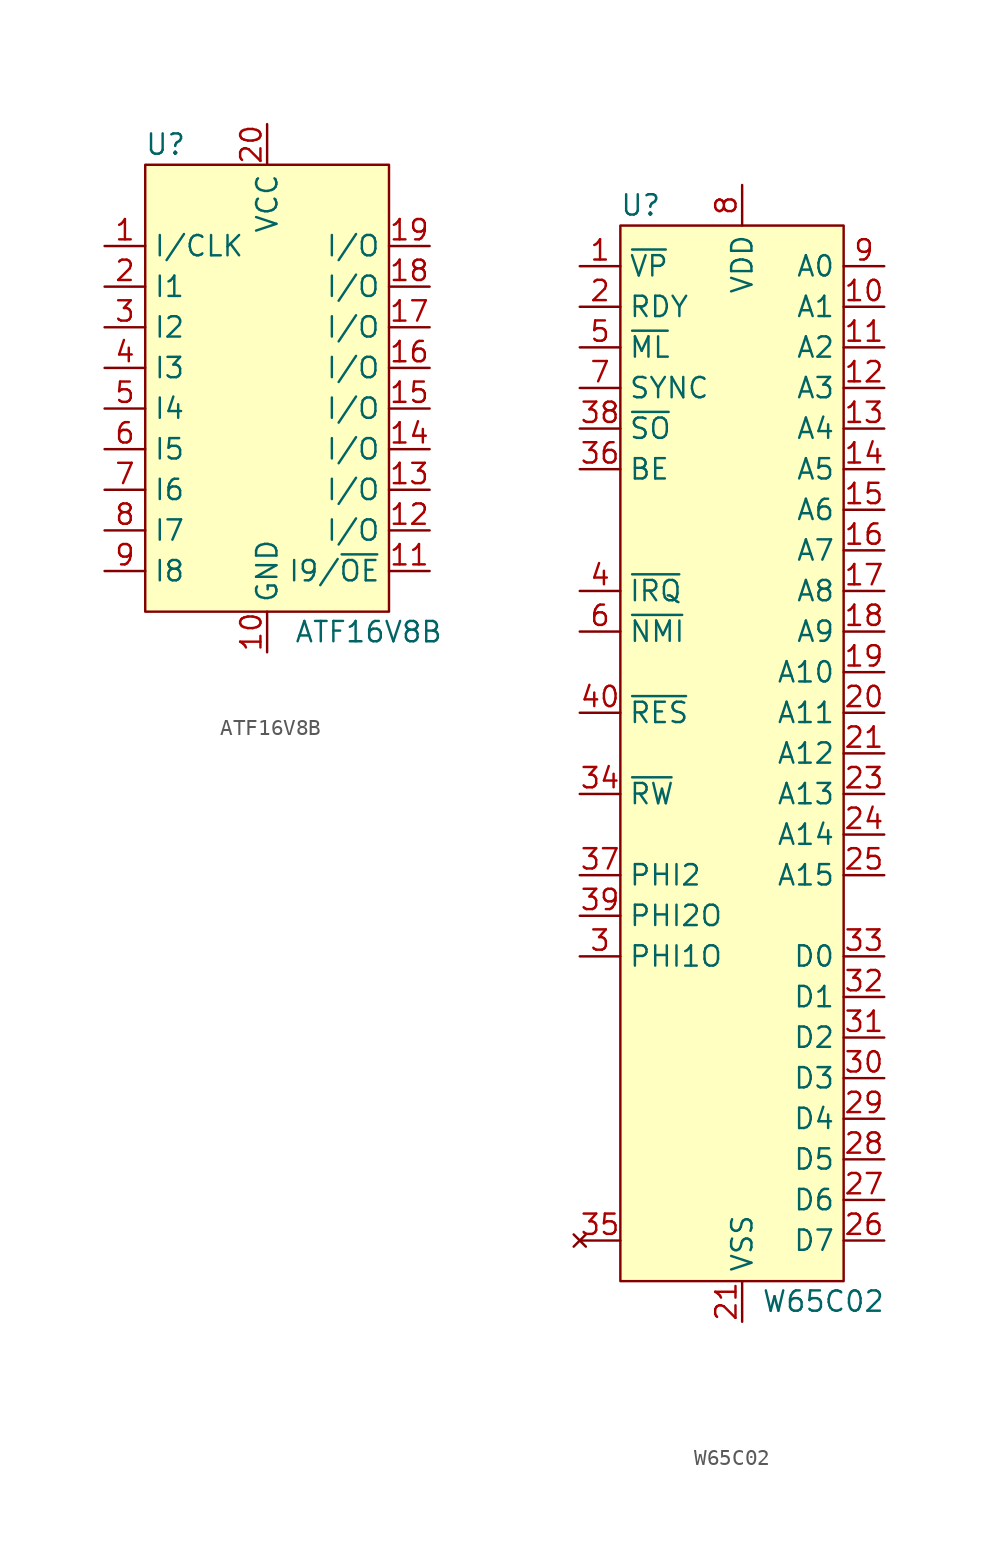
<source format=kicad_sym>
(kicad_symbol_lib
  (version 20211014)
  (generator kicad_symbol_editor)
  (symbol "ATF16V8B"
    (property "Reference" "U"
      (at -6.35 16.51 0)
      (effects (font (size 1.27 1.27))))
    (property "Value" "ATF16V8B"
      (at 6.35 -13.97 0)
      (effects (font (size 1.27 1.27))))
    (symbol "ATF16V8B_0_1"
      (rectangle (start -7.62 15.24) (end 7.62 -12.7) (stroke (width 0) (type default) (color 0 0 0 0)) (fill (type background))))
    (symbol "ATF16V8B_1_1"
      (pin input line (at -10.16 10.16 0) (length 2.54) (name "I/CLK" (effects (font (size 1.27 1.27)))) (number "1" (effects (font (size 1.27 1.27)))))
      (pin input line (at 0 -15.24 90) (length 2.54) (name "GND" (effects (font (size 1.27 1.27)))) (number "10" (effects (font (size 1.27 1.27)))))
      (pin input line (at 10.16 -10.16 180) (length 2.54) (name "I9/~{OE}" (effects (font (size 1.27 1.27)))) (number "11" (effects (font (size 1.27 1.27)))))
      (pin input line (at 10.16 -7.62 180) (length 2.54) (name "I/O" (effects (font (size 1.27 1.27)))) (number "12" (effects (font (size 1.27 1.27)))))
      (pin input line (at 10.16 -5.08 180) (length 2.54) (name "I/O" (effects (font (size 1.27 1.27)))) (number "13" (effects (font (size 1.27 1.27)))))
      (pin input line (at 10.16 -2.54 180) (length 2.54) (name "I/O" (effects (font (size 1.27 1.27)))) (number "14" (effects (font (size 1.27 1.27)))))
      (pin input line (at 10.16 0 180) (length 2.54) (name "I/O" (effects (font (size 1.27 1.27)))) (number "15" (effects (font (size 1.27 1.27)))))
      (pin input line (at 10.16 2.54 180) (length 2.54) (name "I/O" (effects (font (size 1.27 1.27)))) (number "16" (effects (font (size 1.27 1.27)))))
      (pin input line (at 10.16 5.08 180) (length 2.54) (name "I/O" (effects (font (size 1.27 1.27)))) (number "17" (effects (font (size 1.27 1.27)))))
      (pin input line (at 10.16 7.62 180) (length 2.54) (name "I/O" (effects (font (size 1.27 1.27)))) (number "18" (effects (font (size 1.27 1.27)))))
      (pin input line (at 10.16 10.16 180) (length 2.54) (name "I/O" (effects (font (size 1.27 1.27)))) (number "19" (effects (font (size 1.27 1.27)))))
      (pin input line (at -10.16 7.62 0) (length 2.54) (name "I1" (effects (font (size 1.27 1.27)))) (number "2" (effects (font (size 1.27 1.27)))))
      (pin input line (at 0 17.78 270) (length 2.54) (name "VCC" (effects (font (size 1.27 1.27)))) (number "20" (effects (font (size 1.27 1.27)))))
      (pin input line (at -10.16 5.08 0) (length 2.54) (name "I2" (effects (font (size 1.27 1.27)))) (number "3" (effects (font (size 1.27 1.27)))))
      (pin input line (at -10.16 2.54 0) (length 2.54) (name "I3" (effects (font (size 1.27 1.27)))) (number "4" (effects (font (size 1.27 1.27)))))
      (pin input line (at -10.16 0 0) (length 2.54) (name "I4" (effects (font (size 1.27 1.27)))) (number "5" (effects (font (size 1.27 1.27)))))
      (pin input line (at -10.16 -2.54 0) (length 2.54) (name "I5" (effects (font (size 1.27 1.27)))) (number "6" (effects (font (size 1.27 1.27)))))
      (pin input line (at -10.16 -5.08 0) (length 2.54) (name "I6" (effects (font (size 1.27 1.27)))) (number "7" (effects (font (size 1.27 1.27)))))
      (pin input line (at -10.16 -7.62 0) (length 2.54) (name "I7" (effects (font (size 1.27 1.27)))) (number "8" (effects (font (size 1.27 1.27)))))
      (pin input line (at -10.16 -10.16 0) (length 2.54) (name "I8" (effects (font (size 1.27 1.27)))) (number "9" (effects (font (size 1.27 1.27)))))))
  (symbol "W65C02"
    (property "Reference" "U"
      (at -6.35 33.02 0)
      (effects (font (size 1.27 1.27))))
    (property "Value" "W65C02"
      (at 5.08 -35.56 0)
      (effects (font (size 1.27 1.27))))
    (symbol "W65C02_0_1"
      (rectangle (start 6.35 31.75) (end -7.62 -34.29) (stroke (width 0) (type default) (color 0 0 0 0)) (fill (type background))))
    (symbol "W65C02_1_1"
      (pin input line (at -10.16 29.21 0) (length 2.54) (name "~{VP}" (effects (font (size 1.27 1.27)))) (number "1" (effects (font (size 1.27 1.27)))))
      (pin input line (at 8.89 26.67 180) (length 2.54) (name "A1" (effects (font (size 1.27 1.27)))) (number "10" (effects (font (size 1.27 1.27)))))
      (pin input line (at 8.89 24.13 180) (length 2.54) (name "A2" (effects (font (size 1.27 1.27)))) (number "11" (effects (font (size 1.27 1.27)))))
      (pin input line (at 8.89 21.59 180) (length 2.54) (name "A3" (effects (font (size 1.27 1.27)))) (number "12" (effects (font (size 1.27 1.27)))))
      (pin input line (at 8.89 19.05 180) (length 2.54) (name "A4" (effects (font (size 1.27 1.27)))) (number "13" (effects (font (size 1.27 1.27)))))
      (pin input line (at 8.89 16.51 180) (length 2.54) (name "A5" (effects (font (size 1.27 1.27)))) (number "14" (effects (font (size 1.27 1.27)))))
      (pin input line (at 8.89 13.97 180) (length 2.54) (name "A6" (effects (font (size 1.27 1.27)))) (number "15" (effects (font (size 1.27 1.27)))))
      (pin input line (at 8.89 11.43 180) (length 2.54) (name "A7" (effects (font (size 1.27 1.27)))) (number "16" (effects (font (size 1.27 1.27)))))
      (pin input line (at 8.89 8.89 180) (length 2.54) (name "A8" (effects (font (size 1.27 1.27)))) (number "17" (effects (font (size 1.27 1.27)))))
      (pin input line (at 8.89 6.35 180) (length 2.54) (name "A9" (effects (font (size 1.27 1.27)))) (number "18" (effects (font (size 1.27 1.27)))))
      (pin input line (at 8.89 3.81 180) (length 2.54) (name "A10" (effects (font (size 1.27 1.27)))) (number "19" (effects (font (size 1.27 1.27)))))
      (pin input line (at -10.16 26.67 0) (length 2.54) (name "RDY" (effects (font (size 1.27 1.27)))) (number "2" (effects (font (size 1.27 1.27)))))
      (pin input line (at 8.89 1.27 180) (length 2.54) (name "A11" (effects (font (size 1.27 1.27)))) (number "20" (effects (font (size 1.27 1.27)))))
      (pin input line (at 8.89 -1.27 180) (length 2.54) (name "A12" (effects (font (size 1.27 1.27)))) (number "21" (effects (font (size 1.27 1.27)))))
      (pin input line (at 0 -36.83 90) (length 2.54) (name "VSS" (effects (font (size 1.27 1.27)))) (number "21" (effects (font (size 1.27 1.27)))))
      (pin input line (at 8.89 -3.81 180) (length 2.54) (name "A13" (effects (font (size 1.27 1.27)))) (number "23" (effects (font (size 1.27 1.27)))))
      (pin input line (at 8.89 -6.35 180) (length 2.54) (name "A14" (effects (font (size 1.27 1.27)))) (number "24" (effects (font (size 1.27 1.27)))))
      (pin input line (at 8.89 -8.89 180) (length 2.54) (name "A15" (effects (font (size 1.27 1.27)))) (number "25" (effects (font (size 1.27 1.27)))))
      (pin input line (at 8.89 -31.75 180) (length 2.54) (name "D7" (effects (font (size 1.27 1.27)))) (number "26" (effects (font (size 1.27 1.27)))))
      (pin input line (at 8.89 -29.21 180) (length 2.54) (name "D6" (effects (font (size 1.27 1.27)))) (number "27" (effects (font (size 1.27 1.27)))))
      (pin input line (at 8.89 -26.67 180) (length 2.54) (name "D5" (effects (font (size 1.27 1.27)))) (number "28" (effects (font (size 1.27 1.27)))))
      (pin input line (at 8.89 -24.13 180) (length 2.54) (name "D4" (effects (font (size 1.27 1.27)))) (number "29" (effects (font (size 1.27 1.27)))))
      (pin input line (at -10.16 -13.97 0) (length 2.54) (name "PHI1O" (effects (font (size 1.27 1.27)))) (number "3" (effects (font (size 1.27 1.27)))))
      (pin input line (at 8.89 -21.59 180) (length 2.54) (name "D3" (effects (font (size 1.27 1.27)))) (number "30" (effects (font (size 1.27 1.27)))))
      (pin input line (at 8.89 -19.05 180) (length 2.54) (name "D2" (effects (font (size 1.27 1.27)))) (number "31" (effects (font (size 1.27 1.27)))))
      (pin input line (at 8.89 -16.51 180) (length 2.54) (name "D1" (effects (font (size 1.27 1.27)))) (number "32" (effects (font (size 1.27 1.27)))))
      (pin input line (at 8.89 -13.97 180) (length 2.54) (name "D0" (effects (font (size 1.27 1.27)))) (number "33" (effects (font (size 1.27 1.27)))))
      (pin input line (at -10.16 -3.81 0) (length 2.54) (name "~{RW}" (effects (font (size 1.27 1.27)))) (number "34" (effects (font (size 1.27 1.27)))))
      (pin no_connect line (at -10.16 -31.75 0) (length 2.54) (name "" (effects (font (size 1.27 1.27)))) (number "35" (effects (font (size 1.27 1.27)))))
      (pin input line (at -10.16 16.51 0) (length 2.54) (name "BE" (effects (font (size 1.27 1.27)))) (number "36" (effects (font (size 1.27 1.27)))))
      (pin input line (at -10.16 -8.89 0) (length 2.54) (name "PHI2" (effects (font (size 1.27 1.27)))) (number "37" (effects (font (size 1.27 1.27)))))
      (pin input line (at -10.16 19.05 0) (length 2.54) (name "~{SO}" (effects (font (size 1.27 1.27)))) (number "38" (effects (font (size 1.27 1.27)))))
      (pin input line (at -10.16 -11.43 0) (length 2.54) (name "PHI2O" (effects (font (size 1.27 1.27)))) (number "39" (effects (font (size 1.27 1.27)))))
      (pin input line (at -10.16 8.89 0) (length 2.54) (name "~{IRQ}" (effects (font (size 1.27 1.27)))) (number "4" (effects (font (size 1.27 1.27)))))
      (pin input line (at -10.16 1.27 0) (length 2.54) (name "~{RES}" (effects (font (size 1.27 1.27)))) (number "40" (effects (font (size 1.27 1.27)))))
      (pin input line (at -10.16 24.13 0) (length 2.54) (name "~{ML}" (effects (font (size 1.27 1.27)))) (number "5" (effects (font (size 1.27 1.27)))))
      (pin input line (at -10.16 6.35 0) (length 2.54) (name "~{NMI}" (effects (font (size 1.27 1.27)))) (number "6" (effects (font (size 1.27 1.27)))))
      (pin input line (at -10.16 21.59 0) (length 2.54) (name "SYNC" (effects (font (size 1.27 1.27)))) (number "7" (effects (font (size 1.27 1.27)))))
      (pin input line (at 0 34.29 270) (length 2.54) (name "VDD" (effects (font (size 1.27 1.27)))) (number "8" (effects (font (size 1.27 1.27)))))
      (pin input line (at 8.89 29.21 180) (length 2.54) (name "A0" (effects (font (size 1.27 1.27)))) (number "9" (effects (font (size 1.27 1.27))))))))
</source>
